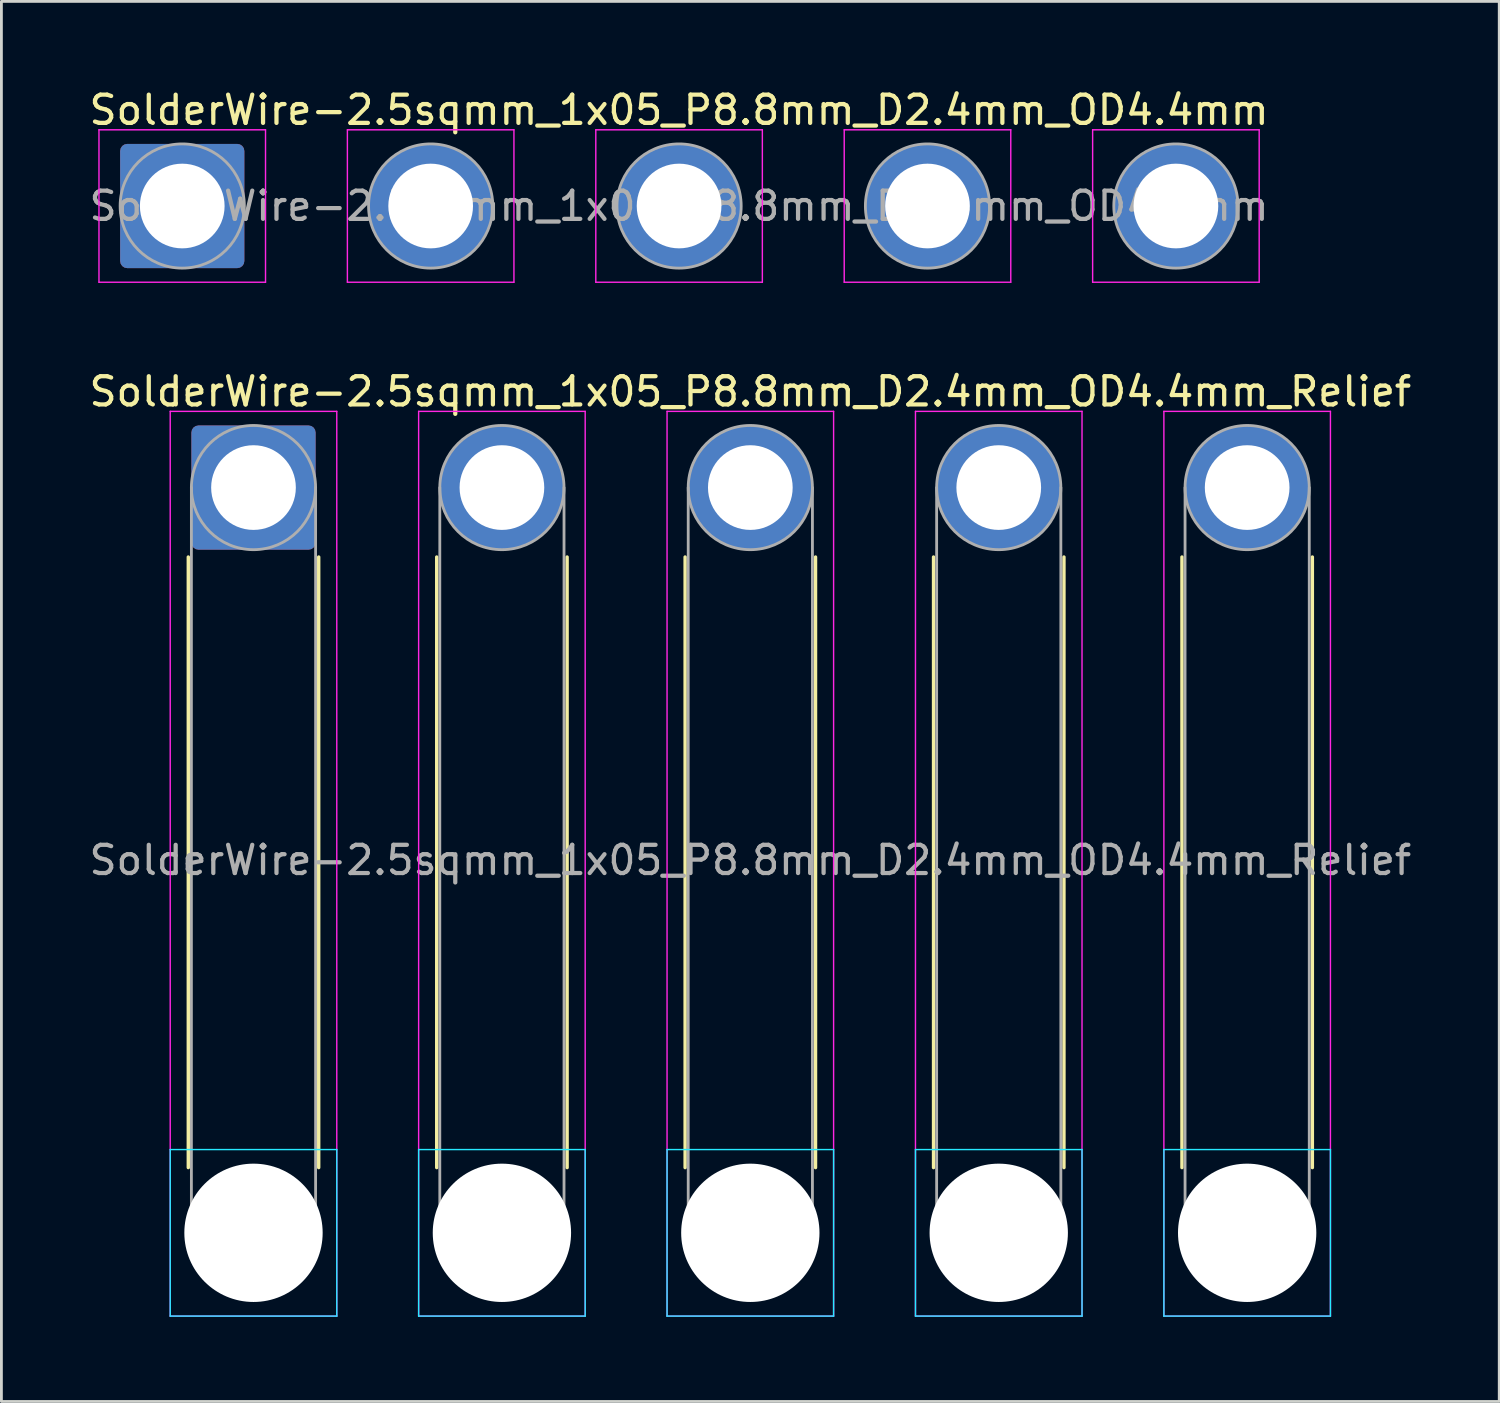
<source format=kicad_pcb>
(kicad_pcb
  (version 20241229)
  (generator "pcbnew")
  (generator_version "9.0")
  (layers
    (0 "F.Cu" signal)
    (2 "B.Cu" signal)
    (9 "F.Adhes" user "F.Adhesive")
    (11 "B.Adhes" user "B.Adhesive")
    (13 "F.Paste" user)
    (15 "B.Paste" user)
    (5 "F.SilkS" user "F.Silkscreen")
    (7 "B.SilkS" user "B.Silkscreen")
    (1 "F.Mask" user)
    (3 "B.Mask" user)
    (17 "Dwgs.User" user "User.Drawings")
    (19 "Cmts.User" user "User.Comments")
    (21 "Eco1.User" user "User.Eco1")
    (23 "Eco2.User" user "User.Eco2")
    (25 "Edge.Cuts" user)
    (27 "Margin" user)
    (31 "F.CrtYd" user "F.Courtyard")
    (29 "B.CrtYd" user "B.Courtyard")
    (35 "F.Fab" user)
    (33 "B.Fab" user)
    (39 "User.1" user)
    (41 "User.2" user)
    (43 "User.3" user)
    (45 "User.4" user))
  (footprint "SolderWire-2.5sqmm_1x05_P8.8mm_D2.4mm_OD4.4mm"
    (layer "F.Cu")
    (at 3.406 4.248)
    (property "Reference" "SolderWire-2.5sqmm_1x05_P8.8mm_D2.4mm_OD4.4mm" (at 17.6 -3.4 0) (layer "F.SilkS") (effects (font (size 1 1) (thickness 0.15))))
    (attr exclude_from_pos_files exclude_from_bom)
    (fp_line (start -2.95 -2.7) (end -2.95 2.7) (stroke (width 0.05) (type solid)) (layer "F.CrtYd"))
    (fp_line (start -2.95 2.7) (end 2.95 2.7) (stroke (width 0.05) (type solid)) (layer "F.CrtYd"))
    (fp_line (start 2.95 -2.7) (end -2.95 -2.7) (stroke (width 0.05) (type solid)) (layer "F.CrtYd"))
    (fp_line (start 2.95 2.7) (end 2.95 -2.7) (stroke (width 0.05) (type solid)) (layer "F.CrtYd"))
    (fp_line (start 5.85 -2.7) (end 5.85 2.7) (stroke (width 0.05) (type solid)) (layer "F.CrtYd"))
    (fp_line (start 5.85 2.7) (end 11.75 2.7) (stroke (width 0.05) (type solid)) (layer "F.CrtYd"))
    (fp_line (start 11.75 -2.7) (end 5.85 -2.7) (stroke (width 0.05) (type solid)) (layer "F.CrtYd"))
    (fp_line (start 11.75 2.7) (end 11.75 -2.7) (stroke (width 0.05) (type solid)) (layer "F.CrtYd"))
    (fp_line (start 14.65 -2.7) (end 14.65 2.7) (stroke (width 0.05) (type solid)) (layer "F.CrtYd"))
    (fp_line (start 14.65 2.7) (end 20.55 2.7) (stroke (width 0.05) (type solid)) (layer "F.CrtYd"))
    (fp_line (start 20.55 -2.7) (end 14.65 -2.7) (stroke (width 0.05) (type solid)) (layer "F.CrtYd"))
    (fp_line (start 20.55 2.7) (end 20.55 -2.7) (stroke (width 0.05) (type solid)) (layer "F.CrtYd"))
    (fp_line (start 23.45 -2.7) (end 23.45 2.7) (stroke (width 0.05) (type solid)) (layer "F.CrtYd"))
    (fp_line (start 23.45 2.7) (end 29.35 2.7) (stroke (width 0.05) (type solid)) (layer "F.CrtYd"))
    (fp_line (start 29.35 -2.7) (end 23.45 -2.7) (stroke (width 0.05) (type solid)) (layer "F.CrtYd"))
    (fp_line (start 29.35 2.7) (end 29.35 -2.7) (stroke (width 0.05) (type solid)) (layer "F.CrtYd"))
    (fp_line (start 32.25 -2.7) (end 32.25 2.7) (stroke (width 0.05) (type solid)) (layer "F.CrtYd"))
    (fp_line (start 32.25 2.7) (end 38.15 2.7) (stroke (width 0.05) (type solid)) (layer "F.CrtYd"))
    (fp_line (start 38.15 -2.7) (end 32.25 -2.7) (stroke (width 0.05) (type solid)) (layer "F.CrtYd"))
    (fp_line (start 38.15 2.7) (end 38.15 -2.7) (stroke (width 0.05) (type solid)) (layer "F.CrtYd"))
    (fp_circle (center 0 0) (end 2.2 0) (stroke (width 0.1) (type solid)) (fill no) (layer "F.Fab"))
    (fp_circle (center 8.8 0) (end 11 0) (stroke (width 0.1) (type solid)) (fill no) (layer "F.Fab"))
    (fp_circle (center 17.6 0) (end 19.8 0) (stroke (width 0.1) (type solid)) (fill no) (layer "F.Fab"))
    (fp_circle (center 26.4 0) (end 28.6 0) (stroke (width 0.1) (type solid)) (fill no) (layer "F.Fab"))
    (fp_circle (center 35.2 0) (end 37.4 0) (stroke (width 0.1) (type solid)) (fill no) (layer "F.Fab"))
    (fp_text user "${REFERENCE}" (at 17.6 0 0) (layer "F.Fab") (effects (font (size 1 1) (thickness 0.15))))
    (pad "1" thru_hole roundrect (at 0 0) (size 4.4 4.4) (drill 3) (layers "*.Cu" "*.Mask") (roundrect_rratio 0.057))
    (pad "2" thru_hole circle (at 8.8 0) (size 4.4 4.4) (drill 3) (layers "*.Cu" "*.Mask"))
    (pad "3" thru_hole circle (at 17.6 0) (size 4.4 4.4) (drill 3) (layers "*.Cu" "*.Mask"))
    (pad "4" thru_hole circle (at 26.4 0) (size 4.4 4.4) (drill 3) (layers "*.Cu" "*.Mask"))
    (pad "5" thru_hole circle (at 35.2 0) (size 4.4 4.4) (drill 3) (layers "*.Cu" "*.Mask")))
  (footprint "SolderWire-2.5sqmm_1x05_P8.8mm_D2.4mm_OD4.4mm_Relief"
    (layer "F.Cu")
    (at 5.93 14.222)
    (property "Reference" "SolderWire-2.5sqmm_1x05_P8.8mm_D2.4mm_OD4.4mm_Relief" (at 17.6 -3.4 0) (layer "F.SilkS") (effects (font (size 1 1) (thickness 0.15))))
    (attr exclude_from_pos_files exclude_from_bom)
    (fp_line (start -2.31 2.46) (end -2.31 24.09) (stroke (width 0.12) (type solid)) (layer "F.SilkS"))
    (fp_line (start 2.31 2.46) (end 2.31 24.09) (stroke (width 0.12) (type solid)) (layer "F.SilkS"))
    (fp_line (start 6.49 2.46) (end 6.49 24.09) (stroke (width 0.12) (type solid)) (layer "F.SilkS"))
    (fp_line (start 11.11 2.46) (end 11.11 24.09) (stroke (width 0.12) (type solid)) (layer "F.SilkS"))
    (fp_line (start 15.29 2.46) (end 15.29 24.09) (stroke (width 0.12) (type solid)) (layer "F.SilkS"))
    (fp_line (start 19.91 2.46) (end 19.91 24.09) (stroke (width 0.12) (type solid)) (layer "F.SilkS"))
    (fp_line (start 24.09 2.46) (end 24.09 24.09) (stroke (width 0.12) (type solid)) (layer "F.SilkS"))
    (fp_line (start 28.71 2.46) (end 28.71 24.09) (stroke (width 0.12) (type solid)) (layer "F.SilkS"))
    (fp_line (start 32.89 2.46) (end 32.89 24.09) (stroke (width 0.12) (type solid)) (layer "F.SilkS"))
    (fp_line (start 37.51 2.46) (end 37.51 24.09) (stroke (width 0.12) (type solid)) (layer "F.SilkS"))
    (fp_line (start -2.95 23.45) (end -2.95 29.35) (stroke (width 0.05) (type solid)) (layer "B.CrtYd"))
    (fp_line (start -2.95 29.35) (end 2.95 29.35) (stroke (width 0.05) (type solid)) (layer "B.CrtYd"))
    (fp_line (start 2.95 23.45) (end -2.95 23.45) (stroke (width 0.05) (type solid)) (layer "B.CrtYd"))
    (fp_line (start 2.95 29.35) (end 2.95 23.45) (stroke (width 0.05) (type solid)) (layer "B.CrtYd"))
    (fp_line (start 5.85 23.45) (end 5.85 29.35) (stroke (width 0.05) (type solid)) (layer "B.CrtYd"))
    (fp_line (start 5.85 29.35) (end 11.75 29.35) (stroke (width 0.05) (type solid)) (layer "B.CrtYd"))
    (fp_line (start 11.75 23.45) (end 5.85 23.45) (stroke (width 0.05) (type solid)) (layer "B.CrtYd"))
    (fp_line (start 11.75 29.35) (end 11.75 23.45) (stroke (width 0.05) (type solid)) (layer "B.CrtYd"))
    (fp_line (start 14.65 23.45) (end 14.65 29.35) (stroke (width 0.05) (type solid)) (layer "B.CrtYd"))
    (fp_line (start 14.65 29.35) (end 20.55 29.35) (stroke (width 0.05) (type solid)) (layer "B.CrtYd"))
    (fp_line (start 20.55 23.45) (end 14.65 23.45) (stroke (width 0.05) (type solid)) (layer "B.CrtYd"))
    (fp_line (start 20.55 29.35) (end 20.55 23.45) (stroke (width 0.05) (type solid)) (layer "B.CrtYd"))
    (fp_line (start 23.45 23.45) (end 23.45 29.35) (stroke (width 0.05) (type solid)) (layer "B.CrtYd"))
    (fp_line (start 23.45 29.35) (end 29.35 29.35) (stroke (width 0.05) (type solid)) (layer "B.CrtYd"))
    (fp_line (start 29.35 23.45) (end 23.45 23.45) (stroke (width 0.05) (type solid)) (layer "B.CrtYd"))
    (fp_line (start 29.35 29.35) (end 29.35 23.45) (stroke (width 0.05) (type solid)) (layer "B.CrtYd"))
    (fp_line (start 32.25 23.45) (end 32.25 29.35) (stroke (width 0.05) (type solid)) (layer "B.CrtYd"))
    (fp_line (start 32.25 29.35) (end 38.15 29.35) (stroke (width 0.05) (type solid)) (layer "B.CrtYd"))
    (fp_line (start 38.15 23.45) (end 32.25 23.45) (stroke (width 0.05) (type solid)) (layer "B.CrtYd"))
    (fp_line (start 38.15 29.35) (end 38.15 23.45) (stroke (width 0.05) (type solid)) (layer "B.CrtYd"))
    (fp_line (start -2.95 -2.7) (end -2.95 29.35) (stroke (width 0.05) (type solid)) (layer "F.CrtYd"))
    (fp_line (start -2.95 29.35) (end 2.95 29.35) (stroke (width 0.05) (type solid)) (layer "F.CrtYd"))
    (fp_line (start 2.95 -2.7) (end -2.95 -2.7) (stroke (width 0.05) (type solid)) (layer "F.CrtYd"))
    (fp_line (start 2.95 29.35) (end 2.95 -2.7) (stroke (width 0.05) (type solid)) (layer "F.CrtYd"))
    (fp_line (start 5.85 -2.7) (end 5.85 29.35) (stroke (width 0.05) (type solid)) (layer "F.CrtYd"))
    (fp_line (start 5.85 29.35) (end 11.75 29.35) (stroke (width 0.05) (type solid)) (layer "F.CrtYd"))
    (fp_line (start 11.75 -2.7) (end 5.85 -2.7) (stroke (width 0.05) (type solid)) (layer "F.CrtYd"))
    (fp_line (start 11.75 29.35) (end 11.75 -2.7) (stroke (width 0.05) (type solid)) (layer "F.CrtYd"))
    (fp_line (start 14.65 -2.7) (end 14.65 29.35) (stroke (width 0.05) (type solid)) (layer "F.CrtYd"))
    (fp_line (start 14.65 29.35) (end 20.55 29.35) (stroke (width 0.05) (type solid)) (layer "F.CrtYd"))
    (fp_line (start 20.55 -2.7) (end 14.65 -2.7) (stroke (width 0.05) (type solid)) (layer "F.CrtYd"))
    (fp_line (start 20.55 29.35) (end 20.55 -2.7) (stroke (width 0.05) (type solid)) (layer "F.CrtYd"))
    (fp_line (start 23.45 -2.7) (end 23.45 29.35) (stroke (width 0.05) (type solid)) (layer "F.CrtYd"))
    (fp_line (start 23.45 29.35) (end 29.35 29.35) (stroke (width 0.05) (type solid)) (layer "F.CrtYd"))
    (fp_line (start 29.35 -2.7) (end 23.45 -2.7) (stroke (width 0.05) (type solid)) (layer "F.CrtYd"))
    (fp_line (start 29.35 29.35) (end 29.35 -2.7) (stroke (width 0.05) (type solid)) (layer "F.CrtYd"))
    (fp_line (start 32.25 -2.7) (end 32.25 29.35) (stroke (width 0.05) (type solid)) (layer "F.CrtYd"))
    (fp_line (start 32.25 29.35) (end 38.15 29.35) (stroke (width 0.05) (type solid)) (layer "F.CrtYd"))
    (fp_line (start 38.15 -2.7) (end 32.25 -2.7) (stroke (width 0.05) (type solid)) (layer "F.CrtYd"))
    (fp_line (start 38.15 29.35) (end 38.15 -2.7) (stroke (width 0.05) (type solid)) (layer "F.CrtYd"))
    (fp_line (start -2.2 0) (end -2.2 26.4) (stroke (width 0.1) (type solid)) (layer "F.Fab"))
    (fp_line (start 2.2 0) (end 2.2 26.4) (stroke (width 0.1) (type solid)) (layer "F.Fab"))
    (fp_line (start 6.6 0) (end 6.6 26.4) (stroke (width 0.1) (type solid)) (layer "F.Fab"))
    (fp_line (start 11 0) (end 11 26.4) (stroke (width 0.1) (type solid)) (layer "F.Fab"))
    (fp_line (start 15.4 0) (end 15.4 26.4) (stroke (width 0.1) (type solid)) (layer "F.Fab"))
    (fp_line (start 19.8 0) (end 19.8 26.4) (stroke (width 0.1) (type solid)) (layer "F.Fab"))
    (fp_line (start 24.2 0) (end 24.2 26.4) (stroke (width 0.1) (type solid)) (layer "F.Fab"))
    (fp_line (start 28.6 0) (end 28.6 26.4) (stroke (width 0.1) (type solid)) (layer "F.Fab"))
    (fp_line (start 33 0) (end 33 26.4) (stroke (width 0.1) (type solid)) (layer "F.Fab"))
    (fp_line (start 37.4 0) (end 37.4 26.4) (stroke (width 0.1) (type solid)) (layer "F.Fab"))
    (fp_circle (center 0 0) (end 2.2 0) (stroke (width 0.1) (type solid)) (fill no) (layer "F.Fab"))
    (fp_circle (center 0 26.4) (end 2.2 26.4) (stroke (width 0.1) (type solid)) (fill no) (layer "F.Fab"))
    (fp_circle (center 8.8 0) (end 11 0) (stroke (width 0.1) (type solid)) (fill no) (layer "F.Fab"))
    (fp_circle (center 8.8 26.4) (end 11 26.4) (stroke (width 0.1) (type solid)) (fill no) (layer "F.Fab"))
    (fp_circle (center 17.6 0) (end 19.8 0) (stroke (width 0.1) (type solid)) (fill no) (layer "F.Fab"))
    (fp_circle (center 17.6 26.4) (end 19.8 26.4) (stroke (width 0.1) (type solid)) (fill no) (layer "F.Fab"))
    (fp_circle (center 26.4 0) (end 28.6 0) (stroke (width 0.1) (type solid)) (fill no) (layer "F.Fab"))
    (fp_circle (center 26.4 26.4) (end 28.6 26.4) (stroke (width 0.1) (type solid)) (fill no) (layer "F.Fab"))
    (fp_circle (center 35.2 0) (end 37.4 0) (stroke (width 0.1) (type solid)) (fill no) (layer "F.Fab"))
    (fp_circle (center 35.2 26.4) (end 37.4 26.4) (stroke (width 0.1) (type solid)) (fill no) (layer "F.Fab"))
    (fp_text user "${REFERENCE}" (at 17.6 13.2 0) (layer "F.Fab") (effects (font (size 1 1) (thickness 0.15))))
    (pad "" np_thru_hole circle (at 0 26.4) (size 4.9 4.9) (drill 4.9) (layers "*.Cu" "*.Mask"))
    (pad "" np_thru_hole circle (at 8.8 26.4) (size 4.9 4.9) (drill 4.9) (layers "*.Cu" "*.Mask"))
    (pad "" np_thru_hole circle (at 17.6 26.4) (size 4.9 4.9) (drill 4.9) (layers "*.Cu" "*.Mask"))
    (pad "" np_thru_hole circle (at 26.4 26.4) (size 4.9 4.9) (drill 4.9) (layers "*.Cu" "*.Mask"))
    (pad "" np_thru_hole circle (at 35.2 26.4) (size 4.9 4.9) (drill 4.9) (layers "*.Cu" "*.Mask"))
    (pad "1" thru_hole roundrect (at 0 0) (size 4.4 4.4) (drill 3) (layers "*.Cu" "*.Mask") (roundrect_rratio 0.057))
    (pad "2" thru_hole circle (at 8.8 0) (size 4.4 4.4) (drill 3) (layers "*.Cu" "*.Mask"))
    (pad "3" thru_hole circle (at 17.6 0) (size 4.4 4.4) (drill 3) (layers "*.Cu" "*.Mask"))
    (pad "4" thru_hole circle (at 26.4 0) (size 4.4 4.4) (drill 3) (layers "*.Cu" "*.Mask"))
    (pad "5" thru_hole circle (at 35.2 0) (size 4.4 4.4) (drill 3) (layers "*.Cu" "*.Mask")))
  (gr_rect
    (start -3 -3)
    (end 50.06 46.596)
    (stroke (width 0.1) (type default))
    (fill no)
    (layer "Edge.Cuts")))
</source>
